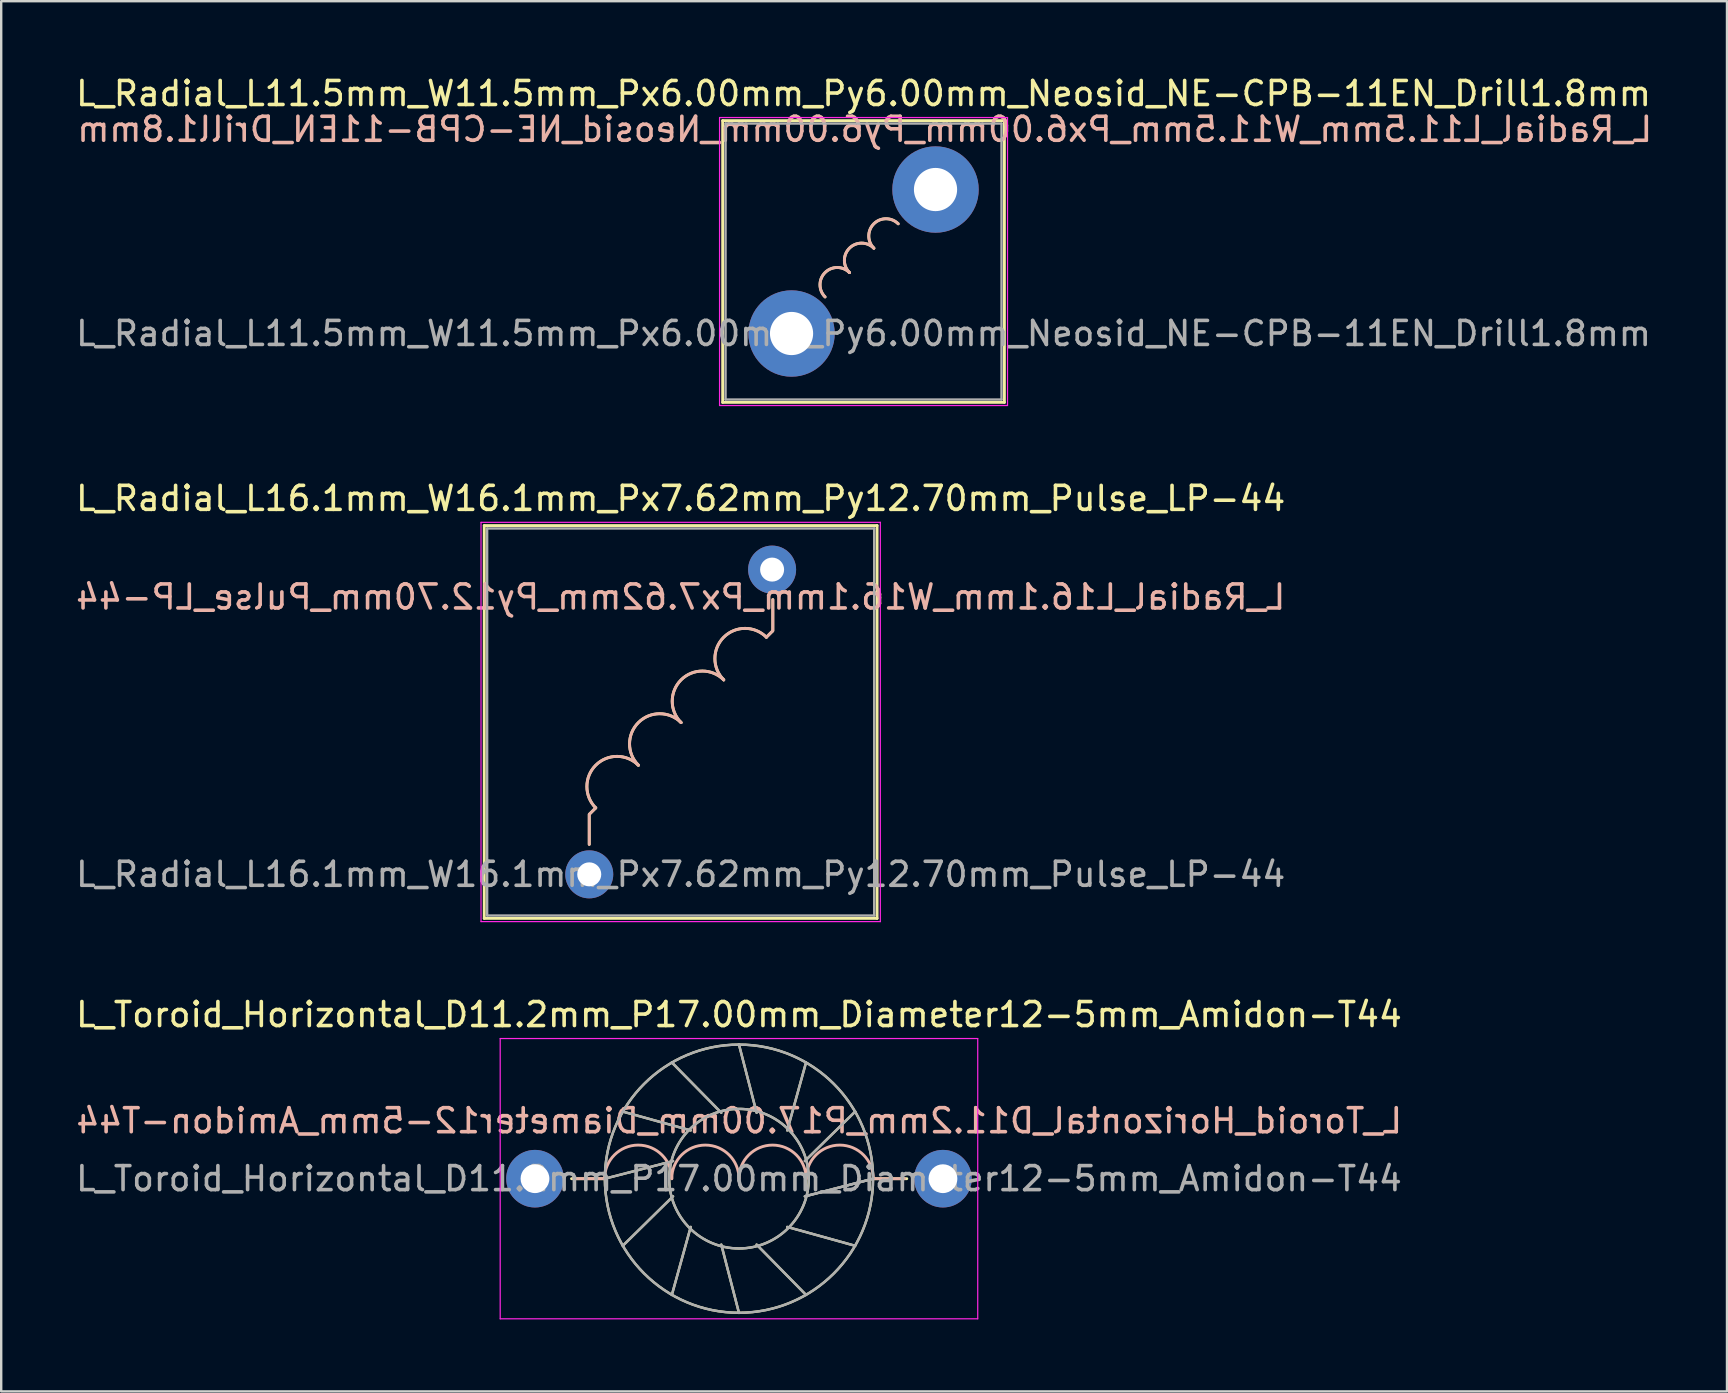
<source format=kicad_pcb>
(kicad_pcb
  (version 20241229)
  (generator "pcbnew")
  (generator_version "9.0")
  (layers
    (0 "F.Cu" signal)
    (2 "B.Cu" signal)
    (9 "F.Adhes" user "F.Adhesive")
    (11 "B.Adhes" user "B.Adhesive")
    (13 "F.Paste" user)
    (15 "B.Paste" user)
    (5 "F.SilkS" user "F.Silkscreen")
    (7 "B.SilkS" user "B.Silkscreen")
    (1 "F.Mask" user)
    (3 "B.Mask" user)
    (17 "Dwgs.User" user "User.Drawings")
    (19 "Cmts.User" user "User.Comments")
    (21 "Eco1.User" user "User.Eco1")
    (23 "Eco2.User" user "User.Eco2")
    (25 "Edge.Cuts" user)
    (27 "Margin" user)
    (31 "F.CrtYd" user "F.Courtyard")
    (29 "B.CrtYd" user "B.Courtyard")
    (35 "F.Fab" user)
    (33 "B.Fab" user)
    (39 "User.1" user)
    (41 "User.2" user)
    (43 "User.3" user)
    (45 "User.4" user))
  (footprint "L_Toroid_Horizontal_D11.2mm_P17.00mm_Diameter12-5mm_Amidon-T44"
    (layer "F.Cu")
    (at 19.244 46.068)
    (property "Reference" "L_Toroid_Horizontal_D11.2mm_P17.00mm_Diameter12-5mm_Amidon-T44" (at 8.5 -6.838 0) (layer "F.SilkS") (effects (font (size 1 1) (thickness 0.15))))
    (fp_line (start 2.906 0.001) (end 1.524 0) (stroke (width 0.12) (type solid)) (layer "F.SilkS"))
    (fp_line (start 2.906 0.001) (end 5.753 -0.736) (stroke (width 0.1) (type solid)) (layer "F.SilkS"))
    (fp_line (start 3.655 -2.796) (end 6.489 -2.011) (stroke (width 0.1) (type solid)) (layer "F.SilkS"))
    (fp_line (start 3.656 2.797) (end 5.753 0.736) (stroke (width 0.1) (type solid)) (layer "F.SilkS"))
    (fp_line (start 5.702 -4.844) (end 7.764 -2.747) (stroke (width 0.1) (type solid)) (layer "F.SilkS"))
    (fp_line (start 5.703 4.845) (end 6.489 2.011) (stroke (width 0.1) (type solid)) (layer "F.SilkS"))
    (fp_line (start 8.499 -5.594) (end 9.236 -2.747) (stroke (width 0.1) (type solid)) (layer "F.SilkS"))
    (fp_line (start 8.5 5.594) (end 7.764 2.747) (stroke (width 0.1) (type solid)) (layer "F.SilkS"))
    (fp_line (start 11.296 -4.845) (end 10.511 -2.011) (stroke (width 0.1) (type solid)) (layer "F.SilkS"))
    (fp_line (start 11.297 4.844) (end 9.236 2.747) (stroke (width 0.1) (type solid)) (layer "F.SilkS"))
    (fp_line (start 13.344 -2.798) (end 11.247 -0.737) (stroke (width 0.1) (type solid)) (layer "F.SilkS"))
    (fp_line (start 13.344 2.797) (end 10.511 2.011) (stroke (width 0.1) (type solid)) (layer "F.SilkS"))
    (fp_line (start 14.088 0) (end 15.494 0) (stroke (width 0.12) (type solid)) (layer "F.SilkS"))
    (fp_line (start 14.094 0) (end 11.247 0.736) (stroke (width 0.1) (type solid)) (layer "F.SilkS"))
    (fp_circle (center 8.5 0) (end 11.408 0) (stroke (width 0.1) (type solid)) (fill no) (layer "F.SilkS"))
    (fp_circle (center 8.5 0) (end 14.088 0) (stroke (width 0.1) (type solid)) (fill no) (layer "F.SilkS"))
    (fp_line (start 1.6 0) (end 2.9 0) (stroke (width 0.12) (type solid)) (layer "B.SilkS"))
    (fp_line (start 15.4 0) (end 14.1 0) (stroke (width 0.12) (type solid)) (layer "B.SilkS"))
    (fp_arc (start 2.9 0) (mid 4.3 -1.4) (end 5.7 0) (stroke (width 0.12) (type solid)) (layer "B.SilkS"))
    (fp_arc (start 5.7 0) (mid 7.1 -1.4) (end 8.5 0) (stroke (width 0.12) (type solid)) (layer "B.SilkS"))
    (fp_arc (start 8.5 0) (mid 9.9 -1.4) (end 11.3 0) (stroke (width 0.12) (type solid)) (layer "B.SilkS"))
    (fp_arc (start 11.3 0) (mid 12.7 -1.4) (end 14.1 0) (stroke (width 0.12) (type solid)) (layer "B.SilkS"))
    (fp_line (start -1.45 -5.84) (end -1.45 5.84) (stroke (width 0.05) (type solid)) (layer "F.CrtYd"))
    (fp_line (start -1.45 5.84) (end 18.45 5.84) (stroke (width 0.05) (type solid)) (layer "F.CrtYd"))
    (fp_line (start 18.45 -5.84) (end -1.45 -5.84) (stroke (width 0.05) (type solid)) (layer "F.CrtYd"))
    (fp_line (start 18.45 5.84) (end 18.45 -5.84) (stroke (width 0.05) (type solid)) (layer "F.CrtYd"))
    (fp_line (start 2.906 0.001) (end 5.753 -0.736) (stroke (width 0.1) (type solid)) (layer "F.Fab"))
    (fp_line (start 3.655 -2.796) (end 6.489 -2.011) (stroke (width 0.1) (type solid)) (layer "F.Fab"))
    (fp_line (start 3.656 2.797) (end 5.753 0.736) (stroke (width 0.1) (type solid)) (layer "F.Fab"))
    (fp_line (start 5.702 -4.844) (end 7.764 -2.747) (stroke (width 0.1) (type solid)) (layer "F.Fab"))
    (fp_line (start 5.703 4.845) (end 6.489 2.011) (stroke (width 0.1) (type solid)) (layer "F.Fab"))
    (fp_line (start 8.499 -5.594) (end 9.236 -2.747) (stroke (width 0.1) (type solid)) (layer "F.Fab"))
    (fp_line (start 8.5 5.594) (end 7.764 2.747) (stroke (width 0.1) (type solid)) (layer "F.Fab"))
    (fp_line (start 11.296 -4.845) (end 10.511 -2.011) (stroke (width 0.1) (type solid)) (layer "F.Fab"))
    (fp_line (start 11.297 4.844) (end 9.236 2.747) (stroke (width 0.1) (type solid)) (layer "F.Fab"))
    (fp_line (start 13.344 -2.798) (end 11.247 -0.737) (stroke (width 0.1) (type solid)) (layer "F.Fab"))
    (fp_line (start 13.344 2.797) (end 10.511 2.011) (stroke (width 0.1) (type solid)) (layer "F.Fab"))
    (fp_line (start 14.094 -0.001) (end 11.247 0.736) (stroke (width 0.1) (type solid)) (layer "F.Fab"))
    (fp_line (start 14.094 0) (end 11.247 0.736) (stroke (width 0.1) (type solid)) (layer "F.Fab"))
    (fp_circle (center 8.5 0) (end 11.408 0) (stroke (width 0.1) (type solid)) (fill no) (layer "F.Fab"))
    (fp_circle (center 8.5 0) (end 14.088 0) (stroke (width 0.1) (type solid)) (fill no) (layer "F.Fab"))
    (fp_text user "${REFERENCE}" (at 8.509 -2.413 0) (layer "B.SilkS") (effects (font (size 1 1) (thickness 0.15)) (justify mirror)))
    (fp_text user "${REFERENCE}" (at 8.5 0 0) (layer "F.Fab") (effects (font (size 1 1) (thickness 0.15))))
    (pad "1" thru_hole circle (at 0 0) (size 2.4 2.4) (drill 1.2) (layers "*.Cu" "*.Mask"))
    (pad "2" thru_hole circle (at 17 0) (size 2.4 2.4) (drill 1.2) (layers "*.Cu" "*.Mask")))
  (footprint "L_Radial_L11.5mm_W11.5mm_Px6.00mm_Py6.00mm_Neosid_NE-CPB-11EN_Drill1.8mm"
    (layer "F.Cu")
    (at 29.935 10.848)
    (property "Reference" "L_Radial_L11.5mm_W11.5mm_Px6.00mm_Py6.00mm_Neosid_NE-CPB-11EN_Drill1.8mm" (at 3 -10 0) (layer "F.SilkS") (effects (font (size 1 1) (thickness 0.15))))
    (fp_line (start -2.87 -8.87) (end -2.87 2.87) (stroke (width 0.12) (type solid)) (layer "F.SilkS"))
    (fp_line (start -2.87 -8.87) (end 8.87 -8.87) (stroke (width 0.12) (type solid)) (layer "F.SilkS"))
    (fp_line (start -2.87 2.87) (end 8.87 2.87) (stroke (width 0.12) (type solid)) (layer "F.SilkS"))
    (fp_line (start 8.87 -8.87) (end 8.87 2.87) (stroke (width 0.12) (type solid)) (layer "F.SilkS"))
    (fp_arc (start 1.396996 -1.523996) (mid 1.396996 -2.539998) (end 2.412998 -2.539998) (stroke (width 0.12) (type solid)) (layer "F.SilkS"))
    (fp_arc (start 2.412998 -2.539998) (mid 2.412998 -3.556) (end 3.429 -3.556) (stroke (width 0.12) (type solid)) (layer "F.SilkS"))
    (fp_arc (start 3.429 -3.556) (mid 3.429 -4.571998) (end 4.444998 -4.571998) (stroke (width 0.12) (type solid)) (layer "F.SilkS"))
    (fp_arc (start 1.396994 -1.523994) (mid 1.396994 -2.539998) (end 2.412998 -2.539998) (stroke (width 0.12) (type solid)) (layer "B.SilkS"))
    (fp_arc (start 2.412996 -2.539996) (mid 2.412996 -3.556) (end 3.429 -3.556) (stroke (width 0.12) (type solid)) (layer "B.SilkS"))
    (fp_arc (start 3.429 -3.556) (mid 3.429 -4.571998) (end 4.444998 -4.571998) (stroke (width 0.12) (type solid)) (layer "B.SilkS"))
    (fp_line (start -3 -9) (end -3 3) (stroke (width 0.05) (type solid)) (layer "F.CrtYd"))
    (fp_line (start -3 3) (end 9 3) (stroke (width 0.05) (type solid)) (layer "F.CrtYd"))
    (fp_line (start 9 -9) (end -3 -9) (stroke (width 0.05) (type solid)) (layer "F.CrtYd"))
    (fp_line (start 9 3) (end 9 -9) (stroke (width 0.05) (type solid)) (layer "F.CrtYd"))
    (fp_line (start -2.75 -8.75) (end -2.75 2.75) (stroke (width 0.1) (type solid)) (layer "F.Fab"))
    (fp_line (start -2.75 2.75) (end 8.75 2.75) (stroke (width 0.1) (type solid)) (layer "F.Fab"))
    (fp_line (start 8.75 -8.75) (end -2.75 -8.75) (stroke (width 0.1) (type solid)) (layer "F.Fab"))
    (fp_line (start 8.75 2.75) (end 8.75 -8.75) (stroke (width 0.1) (type solid)) (layer "F.Fab"))
    (fp_text user "${REFERENCE}" (at 3.048 -8.509 0) (layer "B.SilkS") (effects (font (size 1 1) (thickness 0.15)) (justify mirror)))
    (fp_text user "${REFERENCE}" (at 3 0 0) (layer "F.Fab") (effects (font (size 1 1) (thickness 0.15))))
    (pad "1" thru_hole circle (at 0 0) (size 3.6 3.6) (drill 1.8) (layers "*.Cu" "*.Mask"))
    (pad "2" thru_hole circle (at 6 -6) (size 3.6 3.6) (drill 1.8) (layers "*.Cu" "*.Mask")))
  (footprint "L_Radial_L16.1mm_W16.1mm_Px7.62mm_Py12.70mm_Pulse_LP-44"
    (layer "F.Cu")
    (at 21.505 33.386)
    (property "Reference" "L_Radial_L16.1mm_W16.1mm_Px7.62mm_Py12.70mm_Pulse_LP-44" (at 3.81 -15.665 0) (layer "F.SilkS") (effects (font (size 1 1) (thickness 0.15))))
    (fp_line (start -4.375 -14.535) (end -4.375 1.835) (stroke (width 0.12) (type solid)) (layer "F.SilkS"))
    (fp_line (start -4.375 -14.535) (end 11.995 -14.535) (stroke (width 0.12) (type solid)) (layer "F.SilkS"))
    (fp_line (start -4.375 1.835) (end 11.995 1.835) (stroke (width 0.12) (type solid)) (layer "F.SilkS"))
    (fp_line (start 0 -2.5) (end 0 -1.25) (stroke (width 0.12) (type solid)) (layer "F.SilkS"))
    (fp_line (start 0.27 -2.77) (end 0.016 -2.516) (stroke (width 0.12) (type solid)) (layer "F.SilkS"))
    (fp_line (start 7.636 -10.136) (end 7.382 -9.882) (stroke (width 0.12) (type solid)) (layer "F.SilkS"))
    (fp_line (start 7.65 -11.45) (end 7.65 -10.15) (stroke (width 0.12) (type solid)) (layer "F.SilkS"))
    (fp_line (start 11.995 -14.535) (end 11.995 1.835) (stroke (width 0.12) (type solid)) (layer "F.SilkS"))
    (fp_arc (start 0.27 -2.77) (mid 0.27 -4.548) (end 2.048 -4.548) (stroke (width 0.12) (type solid)) (layer "F.SilkS"))
    (fp_arc (start 2.048 -4.548) (mid 2.048 -6.326) (end 3.826 -6.326) (stroke (width 0.12) (type solid)) (layer "F.SilkS"))
    (fp_arc (start 3.826 -6.326) (mid 3.826 -8.104) (end 5.604 -8.104) (stroke (width 0.12) (type solid)) (layer "F.SilkS"))
    (fp_arc (start 5.604 -8.104) (mid 5.604 -9.882) (end 7.382 -9.882) (stroke (width 0.12) (type solid)) (layer "F.SilkS"))
    (fp_line (start 0 -2.5) (end 0 -1.25) (stroke (width 0.12) (type solid)) (layer "B.SilkS"))
    (fp_line (start 0.27 -2.77) (end 0.016 -2.516) (stroke (width 0.12) (type solid)) (layer "B.SilkS"))
    (fp_line (start 7.636 -10.136) (end 7.382 -9.882) (stroke (width 0.12) (type solid)) (layer "B.SilkS"))
    (fp_line (start 7.65 -11.45) (end 7.65 -10.15) (stroke (width 0.12) (type solid)) (layer "B.SilkS"))
    (fp_arc (start 0.269998 -2.769998) (mid 0.269998 -4.548) (end 2.048 -4.548) (stroke (width 0.12) (type solid)) (layer "B.SilkS"))
    (fp_arc (start 2.047998 -4.547998) (mid 2.047998 -6.326) (end 3.826 -6.326) (stroke (width 0.12) (type solid)) (layer "B.SilkS"))
    (fp_arc (start 3.825998 -6.325998) (mid 3.825998 -8.104) (end 5.604 -8.104) (stroke (width 0.12) (type solid)) (layer "B.SilkS"))
    (fp_arc (start 5.604 -8.104) (mid 5.604 -9.881998) (end 7.381998 -9.881998) (stroke (width 0.12) (type solid)) (layer "B.SilkS"))
    (fp_line (start -4.51 -14.67) (end -4.51 1.97) (stroke (width 0.05) (type solid)) (layer "F.CrtYd"))
    (fp_line (start -4.51 1.97) (end 12.13 1.97) (stroke (width 0.05) (type solid)) (layer "F.CrtYd"))
    (fp_line (start 12.13 -14.67) (end -4.51 -14.67) (stroke (width 0.05) (type solid)) (layer "F.CrtYd"))
    (fp_line (start 12.13 1.97) (end 12.13 -14.67) (stroke (width 0.05) (type solid)) (layer "F.CrtYd"))
    (fp_line (start -4.255 -14.415) (end -4.255 1.715) (stroke (width 0.1) (type solid)) (layer "F.Fab"))
    (fp_line (start -4.255 1.715) (end 11.875 1.715) (stroke (width 0.1) (type solid)) (layer "F.Fab"))
    (fp_line (start 11.875 -14.415) (end -4.255 -14.415) (stroke (width 0.1) (type solid)) (layer "F.Fab"))
    (fp_line (start 11.875 1.715) (end 11.875 -14.415) (stroke (width 0.1) (type solid)) (layer "F.Fab"))
    (fp_text user "${REFERENCE}" (at 3.81 -11.557 0) (layer "B.SilkS") (effects (font (size 1 1) (thickness 0.15)) (justify mirror)))
    (fp_text user "${REFERENCE}" (at 3.81 0 0) (layer "F.Fab") (effects (font (size 1 1) (thickness 0.15))))
    (pad "1" thru_hole circle (at 0 0) (size 2 2) (drill 1) (layers "*.Cu" "*.Mask"))
    (pad "2" thru_hole circle (at 7.62 -12.7) (size 2 2) (drill 1) (layers "*.Cu" "*.Mask")))
  (gr_rect
    (start -3 -3)
    (end 68.917 54.933)
    (stroke (width 0.1) (type default))
    (fill no)
    (layer "Edge.Cuts")))
</source>
